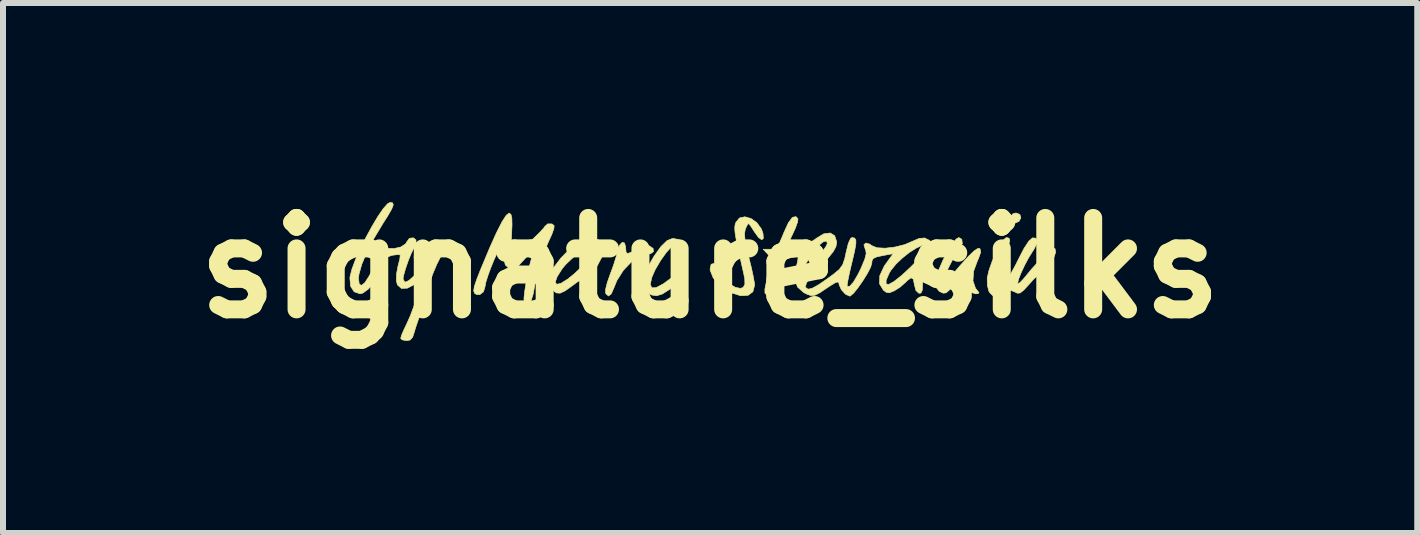
<source format=kicad_pcb>
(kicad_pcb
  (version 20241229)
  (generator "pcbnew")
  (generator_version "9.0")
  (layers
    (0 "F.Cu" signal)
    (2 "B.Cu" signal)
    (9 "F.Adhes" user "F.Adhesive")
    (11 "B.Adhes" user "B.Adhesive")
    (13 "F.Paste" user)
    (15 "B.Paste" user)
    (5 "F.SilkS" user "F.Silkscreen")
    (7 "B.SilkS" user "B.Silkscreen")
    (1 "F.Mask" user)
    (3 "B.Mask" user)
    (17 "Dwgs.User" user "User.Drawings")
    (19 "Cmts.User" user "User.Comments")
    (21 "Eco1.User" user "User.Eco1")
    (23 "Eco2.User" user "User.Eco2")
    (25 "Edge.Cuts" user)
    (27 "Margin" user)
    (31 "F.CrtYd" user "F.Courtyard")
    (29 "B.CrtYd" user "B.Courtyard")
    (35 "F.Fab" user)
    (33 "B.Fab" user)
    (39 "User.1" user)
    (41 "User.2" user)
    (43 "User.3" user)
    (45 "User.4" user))
  (footprint "signature_silks"
    (layer "F.Cu")
    (at 8.788 1.418)
    (property "Reference" "signature_silks" (at 0 0 0) (layer "F.SilkS") (effects (font (size 1.524 1.524) (thickness 0.3))))
    (attr through_hole)
    (fp_poly (pts (xy 5.164 -0.893) (xy 5.181 -0.837) (xy 5.151 -0.779) (xy 5.087 -0.749) (xy 5.02 -0.752) (xy 5.006 -0.803) (xy 5.008 -0.827) (xy 5.046 -0.903) (xy 5.1 -0.918) (xy 5.164 -0.893)) (stroke (width 0.01) (type solid)) (fill yes) (layer "F.SilkS"))
    (fp_poly (pts (xy -1.426 -0.417) (xy -1.407 -0.344) (xy -1.407 -0.332) (xy -1.401 -0.262) (xy -1.374 -0.241) (xy -1.311 -0.265) (xy -1.226 -0.315) (xy -1.106 -0.369) (xy -1.017 -0.371) (xy -0.95 -0.327) (xy -0.944 -0.273) (xy -0.995 -0.237) (xy -1.026 -0.234) (xy -1.166 -0.199) (xy -1.311 -0.103) (xy -1.445 0.037) (xy -1.553 0.207) (xy -1.6 0.322) (xy -1.647 0.43) (xy -1.694 0.467) (xy -1.736 0.43) (xy -1.744 0.412) (xy -1.741 0.349) (xy -1.713 0.239) (xy -1.667 0.109) (xy -1.611 -0.043) (xy -1.565 -0.191) (xy -1.542 -0.283) (xy -1.509 -0.381) (xy -1.465 -0.428) (xy -1.426 -0.417)) (stroke (width 0.01) (type solid)) (fill yes) (layer "F.SilkS"))
    (fp_poly (pts (xy -0.529 -0.476) (xy -0.523 -0.474) (xy -0.455 -0.435) (xy -0.434 -0.385) (xy -0.456 -0.302) (xy -0.48 -0.241) (xy -0.534 -0.161) (xy -0.585 -0.149) (xy -0.616 -0.199) (xy -0.609 -0.296) (xy -0.594 -0.368) (xy -0.611 -0.377) (xy -0.646 -0.351) (xy -0.731 -0.258) (xy -0.827 -0.123) (xy -0.914 0.025) (xy -0.971 0.154) (xy -0.997 0.272) (xy -0.973 0.33) (xy -0.901 0.328) (xy -0.782 0.265) (xy -0.615 0.143) (xy -0.514 0.072) (xy -0.451 0.055) (xy -0.424 0.069) (xy -0.412 0.113) (xy -0.457 0.176) (xy -0.508 0.222) (xy -0.672 0.354) (xy -0.796 0.433) (xy -0.893 0.463) (xy -0.977 0.449) (xy -1.054 0.399) (xy -1.114 0.305) (xy -1.11 0.17) (xy -1.043 -0.009) (xy -0.936 -0.194) (xy -0.818 -0.359) (xy -0.717 -0.457) (xy -0.624 -0.494) (xy -0.529 -0.476)) (stroke (width 0.01) (type solid)) (fill yes) (layer "F.SilkS"))
    (fp_poly (pts (xy 4.196 -0.479) (xy 4.205 -0.41) (xy 4.171 -0.328) (xy 4.149 -0.301) (xy 4.096 -0.228) (xy 4.033 -0.12) (xy 3.97 0.003) (xy 3.917 0.121) (xy 3.883 0.213) (xy 3.879 0.258) (xy 3.879 0.258) (xy 3.913 0.243) (xy 3.976 0.182) (xy 4.006 0.148) (xy 4.178 -0.052) (xy 4.307 -0.195) (xy 4.401 -0.285) (xy 4.463 -0.326) (xy 4.498 -0.324) (xy 4.499 -0.323) (xy 4.512 -0.264) (xy 4.474 -0.157) (xy 4.458 -0.123) (xy 4.393 0.053) (xy 4.382 0.213) (xy 4.425 0.338) (xy 4.441 0.358) (xy 4.483 0.411) (xy 4.466 0.428) (xy 4.425 0.43) (xy 4.316 0.395) (xy 4.242 0.304) (xy 4.22 0.202) (xy 4.216 0.146) (xy 4.2 0.134) (xy 4.159 0.171) (xy 4.08 0.264) (xy 3.993 0.364) (xy 3.936 0.413) (xy 3.889 0.42) (xy 3.832 0.395) (xy 3.82 0.388) (xy 3.765 0.319) (xy 3.752 0.262) (xy 3.77 0.157) (xy 3.817 0.02) (xy 3.882 -0.13) (xy 3.958 -0.276) (xy 4.034 -0.399) (xy 4.102 -0.482) (xy 4.146 -0.508) (xy 4.196 -0.479)) (stroke (width 0.01) (type solid)) (fill yes) (layer "F.SilkS"))
    (fp_poly (pts (xy 0.682 -0.825) (xy 0.78 -0.755) (xy 0.855 -0.651) (xy 0.882 -0.576) (xy 0.888 -0.493) (xy 0.86 -0.471) (xy 0.806 -0.51) (xy 0.737 -0.606) (xy 0.683 -0.691) (xy 0.646 -0.739) (xy 0.64 -0.742) (xy 0.616 -0.711) (xy 0.586 -0.645) (xy 0.574 -0.569) (xy 0.583 -0.456) (xy 0.617 -0.29) (xy 0.646 -0.176) (xy 0.688 -0.006) (xy 0.72 0.144) (xy 0.739 0.252) (xy 0.742 0.286) (xy 0.713 0.396) (xy 0.633 0.455) (xy 0.509 0.462) (xy 0.353 0.413) (xy 0.306 0.39) (xy 0.158 0.287) (xy 0.052 0.165) (xy 0.002 0.04) (xy 0 0.014) (xy 0.017 -0.062) (xy 0.059 -0.075) (xy 0.112 -0.032) (xy 0.165 0.063) (xy 0.176 0.092) (xy 0.232 0.183) (xy 0.32 0.264) (xy 0.419 0.321) (xy 0.508 0.34) (xy 0.553 0.322) (xy 0.58 0.27) (xy 0.578 0.183) (xy 0.559 0.088) (xy 0.501 -0.169) (xy 0.458 -0.362) (xy 0.43 -0.501) (xy 0.415 -0.599) (xy 0.411 -0.666) (xy 0.415 -0.714) (xy 0.427 -0.754) (xy 0.429 -0.759) (xy 0.489 -0.834) (xy 0.58 -0.854) (xy 0.682 -0.825)) (stroke (width 0.01) (type solid)) (fill yes) (layer "F.SilkS"))
    (fp_poly (pts (xy -1.866 -0.471) (xy -1.8 -0.428) (xy -1.737 -0.367) (xy -1.729 -0.319) (xy -1.771 -0.244) (xy -1.773 -0.242) (xy -1.896 -0.009) (xy -1.947 0.198) (xy -1.946 0.281) (xy -1.944 0.381) (xy -1.966 0.424) (xy -1.997 0.43) (xy -2.068 0.395) (xy -2.105 0.297) (xy -2.11 0.229) (xy -2.117 0.192) (xy -2.148 0.192) (xy -2.215 0.234) (xy -2.292 0.291) (xy -2.416 0.38) (xy -2.501 0.42) (xy -2.564 0.415) (xy -2.623 0.368) (xy -2.632 0.358) (xy -2.683 0.271) (xy -2.691 0.236) (xy -2.581 0.236) (xy -2.557 0.272) (xy -2.485 0.255) (xy -2.371 0.183) (xy -2.258 0.091) (xy -2.136 -0.025) (xy -2.024 -0.147) (xy -1.935 -0.258) (xy -1.884 -0.341) (xy -1.876 -0.369) (xy -1.902 -0.395) (xy -1.973 -0.378) (xy -2.073 -0.326) (xy -2.188 -0.249) (xy -2.304 -0.157) (xy -2.408 -0.058) (xy -2.467 0.013) (xy -2.552 0.149) (xy -2.581 0.236) (xy -2.691 0.236) (xy -2.696 0.21) (xy -2.668 0.105) (xy -2.593 -0.028) (xy -2.487 -0.166) (xy -2.366 -0.29) (xy -2.291 -0.348) (xy -2.119 -0.45) (xy -1.98 -0.49) (xy -1.866 -0.471)) (stroke (width 0.01) (type solid)) (fill yes) (layer "F.SilkS"))
    (fp_poly (pts (xy -3.344 -0.914) (xy -3.318 -0.889) (xy -3.305 -0.829) (xy -3.302 -0.72) (xy -3.31 -0.55) (xy -3.312 -0.517) (xy -3.334 -0.14) (xy -3.056 -0.389) (xy -2.933 -0.503) (xy -2.833 -0.601) (xy -2.771 -0.67) (xy -2.758 -0.69) (xy -2.707 -0.736) (xy -2.636 -0.735) (xy -2.6 -0.706) (xy -2.605 -0.655) (xy -2.64 -0.557) (xy -2.696 -0.436) (xy -2.811 -0.156) (xy -2.903 0.185) (xy -2.951 0.44) (xy -2.983 0.539) (xy -3.032 0.588) (xy -3.084 0.577) (xy -3.1 0.557) (xy -3.103 0.505) (xy -3.092 0.398) (xy -3.07 0.258) (xy -3.043 0.107) (xy -3.012 -0.033) (xy -2.983 -0.142) (xy -2.974 -0.166) (xy -2.951 -0.248) (xy -2.968 -0.266) (xy -3.028 -0.219) (xy -3.127 -0.112) (xy -3.211 -0.019) (xy -3.268 0.021) (xy -3.318 0.02) (xy -3.353 0.004) (xy -3.413 -0.05) (xy -3.437 -0.143) (xy -3.439 -0.194) (xy -3.447 -0.297) (xy -3.466 -0.361) (xy -3.472 -0.368) (xy -3.499 -0.343) (xy -3.543 -0.264) (xy -3.597 -0.148) (xy -3.652 -0.014) (xy -3.701 0.119) (xy -3.737 0.232) (xy -3.751 0.306) (xy -3.751 0.307) (xy -3.777 0.395) (xy -3.839 0.444) (xy -3.893 0.442) (xy -3.928 0.42) (xy -3.941 0.379) (xy -3.93 0.307) (xy -3.891 0.191) (xy -3.823 0.018) (xy -3.813 -0.005) (xy -3.676 -0.333) (xy -3.562 -0.587) (xy -3.47 -0.768) (xy -3.4 -0.877) (xy -3.352 -0.915) (xy -3.344 -0.914)) (stroke (width 0.01) (type solid)) (fill yes) (layer "F.SilkS"))
    (fp_poly (pts (xy 4.984 -0.497) (xy 4.996 -0.455) (xy 4.973 -0.374) (xy 4.914 -0.242) (xy 4.864 -0.142) (xy 4.783 0.036) (xy 4.738 0.178) (xy 4.731 0.273) (xy 4.763 0.312) (xy 4.77 0.313) (xy 4.844 0.294) (xy 4.919 0.233) (xy 5 0.119) (xy 5.096 -0.057) (xy 5.135 -0.136) (xy 5.234 -0.327) (xy 5.313 -0.448) (xy 5.376 -0.503) (xy 5.427 -0.497) (xy 5.453 -0.467) (xy 5.448 -0.412) (xy 5.406 -0.323) (xy 5.379 -0.281) (xy 5.31 -0.171) (xy 5.242 -0.043) (xy 5.183 0.084) (xy 5.142 0.188) (xy 5.128 0.251) (xy 5.131 0.259) (xy 5.164 0.245) (xy 5.221 0.186) (xy 5.226 0.18) (xy 5.362 0.015) (xy 5.492 -0.127) (xy 5.605 -0.238) (xy 5.693 -0.307) (xy 5.745 -0.326) (xy 5.75 -0.323) (xy 5.761 -0.262) (xy 5.721 -0.15) (xy 5.707 -0.121) (xy 5.655 0.009) (xy 5.626 0.142) (xy 5.62 0.256) (xy 5.641 0.329) (xy 5.66 0.343) (xy 5.704 0.379) (xy 5.685 0.417) (xy 5.628 0.43) (xy 5.546 0.395) (xy 5.489 0.302) (xy 5.47 0.188) (xy 5.464 0.144) (xy 5.44 0.144) (xy 5.387 0.193) (xy 5.316 0.274) (xy 5.227 0.37) (xy 5.169 0.416) (xy 5.122 0.42) (xy 5.082 0.4) (xy 5.009 0.371) (xy 4.93 0.389) (xy 4.886 0.41) (xy 4.777 0.458) (xy 4.71 0.459) (xy 4.662 0.411) (xy 4.647 0.385) (xy 4.622 0.289) (xy 4.62 0.17) (xy 4.621 0.16) (xy 4.649 0.04) (xy 4.699 -0.103) (xy 4.762 -0.247) (xy 4.829 -0.376) (xy 4.89 -0.469) (xy 4.938 -0.508) (xy 4.941 -0.508) (xy 4.984 -0.497)) (stroke (width 0.01) (type solid)) (fill yes) (layer "F.SilkS"))
    (fp_poly (pts (xy -5.292 -1.085) (xy -5.282 -1.052) (xy -5.307 -0.985) (xy -5.372 -0.872) (xy -5.455 -0.741) (xy -5.601 -0.498) (xy -5.721 -0.267) (xy -5.807 -0.062) (xy -5.854 0.105) (xy -5.862 0.174) (xy -5.849 0.268) (xy -5.812 0.29) (xy -5.755 0.244) (xy -5.681 0.129) (xy -5.645 0.059) (xy -5.584 -0.086) (xy -5.562 -0.199) (xy -5.57 -0.289) (xy -5.581 -0.392) (xy -5.557 -0.426) (xy -5.496 -0.393) (xy -5.467 -0.367) (xy -5.379 -0.328) (xy -5.264 -0.325) (xy -5.152 -0.352) (xy -5.074 -0.405) (xy -5.059 -0.433) (xy -5.012 -0.496) (xy -4.945 -0.503) (xy -4.903 -0.467) (xy -4.903 -0.407) (xy -4.934 -0.34) (xy -4.979 -0.251) (xy -5.031 -0.124) (xy -5.078 0.012) (xy -5.11 0.127) (xy -5.119 0.183) (xy -5.092 0.23) (xy -5.074 0.234) (xy -5.019 0.206) (xy -4.935 0.131) (xy -4.837 0.027) (xy -4.741 -0.087) (xy -4.664 -0.195) (xy -4.627 -0.261) (xy -4.572 -0.368) (xy -4.521 -0.409) (xy -4.462 -0.395) (xy -4.454 -0.39) (xy -4.425 -0.358) (xy -4.434 -0.303) (xy -4.482 -0.207) (xy -4.556 -0.062) (xy -4.624 0.1) (xy -4.679 0.255) (xy -4.713 0.383) (xy -4.72 0.453) (xy -4.731 0.531) (xy -4.77 0.643) (xy -4.797 0.703) (xy -4.86 0.849) (xy -4.912 1.002) (xy -4.924 1.045) (xy -4.958 1.152) (xy -5 1.2) (xy -5.062 1.211) (xy -5.135 1.197) (xy -5.158 1.171) (xy -5.142 1.116) (xy -5.099 1.017) (xy -5.064 0.945) (xy -4.998 0.797) (xy -4.933 0.624) (xy -4.902 0.526) (xy -4.863 0.393) (xy -4.83 0.286) (xy -4.814 0.236) (xy -4.823 0.216) (xy -4.887 0.248) (xy -4.917 0.268) (xy -5.046 0.336) (xy -5.147 0.34) (xy -5.212 0.282) (xy -5.23 0.216) (xy -5.227 0.099) (xy -5.203 -0.034) (xy -5.198 -0.052) (xy -5.173 -0.15) (xy -5.166 -0.212) (xy -5.169 -0.219) (xy -5.214 -0.223) (xy -5.301 -0.212) (xy -5.301 -0.212) (xy -5.377 -0.185) (xy -5.425 -0.128) (xy -5.463 -0.017) (xy -5.465 -0.011) (xy -5.518 0.116) (xy -5.6 0.244) (xy -5.696 0.35) (xy -5.788 0.417) (xy -5.835 0.43) (xy -5.934 0.396) (xy -5.993 0.305) (xy -6.005 0.168) (xy -6.002 0.14) (xy -5.97 0.016) (xy -5.911 -0.142) (xy -5.83 -0.323) (xy -5.736 -0.512) (xy -5.637 -0.694) (xy -5.539 -0.858) (xy -5.45 -0.988) (xy -5.377 -1.071) (xy -5.335 -1.094) (xy -5.292 -1.085)) (stroke (width 0.01) (type solid)) (fill yes) (layer "F.SilkS"))
    (fp_poly (pts (xy 1.464 -0.822) (xy 1.46 -0.771) (xy 1.425 -0.672) (xy 1.368 -0.547) (xy 1.366 -0.545) (xy 1.309 -0.422) (xy 1.273 -0.329) (xy 1.266 -0.284) (xy 1.267 -0.283) (xy 1.316 -0.282) (xy 1.412 -0.31) (xy 1.531 -0.358) (xy 1.651 -0.417) (xy 1.75 -0.478) (xy 1.771 -0.495) (xy 1.895 -0.57) (xy 2.002 -0.584) (xy 2.077 -0.539) (xy 2.11 -0.438) (xy 2.11 -0.423) (xy 2.097 -0.353) (xy 2.052 -0.272) (xy 1.966 -0.165) (xy 1.836 -0.027) (xy 1.69 0.132) (xy 1.607 0.247) (xy 1.587 0.319) (xy 1.628 0.35) (xy 1.65 0.351) (xy 1.71 0.334) (xy 1.807 0.28) (xy 1.95 0.182) (xy 2.065 0.098) (xy 2.155 0.022) (xy 2.21 -0.054) (xy 2.246 -0.16) (xy 2.268 -0.264) (xy 2.304 -0.41) (xy 2.342 -0.493) (xy 2.366 -0.508) (xy 2.408 -0.5) (xy 2.43 -0.469) (xy 2.43 -0.402) (xy 2.41 -0.286) (xy 2.369 -0.11) (xy 2.361 -0.08) (xy 2.324 0.079) (xy 2.297 0.208) (xy 2.285 0.288) (xy 2.287 0.307) (xy 2.33 0.303) (xy 2.392 0.232) (xy 2.467 0.104) (xy 2.521 -0.007) (xy 2.579 -0.148) (xy 2.602 -0.24) (xy 2.594 -0.301) (xy 2.585 -0.318) (xy 2.564 -0.387) (xy 2.597 -0.417) (xy 2.662 -0.398) (xy 2.693 -0.374) (xy 2.781 -0.338) (xy 2.918 -0.33) (xy 3.08 -0.349) (xy 3.244 -0.39) (xy 3.352 -0.436) (xy 3.482 -0.492) (xy 3.575 -0.501) (xy 3.655 -0.462) (xy 3.698 -0.425) (xy 3.786 -0.342) (xy 3.664 -0.127) (xy 3.576 0.066) (xy 3.543 0.237) (xy 3.543 0.261) (xy 3.537 0.37) (xy 3.515 0.417) (xy 3.481 0.421) (xy 3.431 0.375) (xy 3.407 0.283) (xy 3.388 0.186) (xy 3.35 0.163) (xy 3.285 0.211) (xy 3.259 0.238) (xy 3.168 0.318) (xy 3.074 0.378) (xy 2.99 0.413) (xy 2.934 0.404) (xy 2.888 0.368) (xy 2.826 0.266) (xy 2.934 0.266) (xy 2.979 0.273) (xy 3.067 0.224) (xy 3.196 0.122) (xy 3.342 -0.014) (xy 3.463 -0.137) (xy 3.559 -0.243) (xy 3.62 -0.318) (xy 3.634 -0.346) (xy 3.608 -0.386) (xy 3.54 -0.379) (xy 3.442 -0.335) (xy 3.327 -0.263) (xy 3.209 -0.17) (xy 3.1 -0.067) (xy 3.014 0.039) (xy 2.986 0.086) (xy 2.935 0.204) (xy 2.934 0.266) (xy 2.826 0.266) (xy 2.824 0.262) (xy 2.829 0.127) (xy 2.904 -0.033) (xy 2.933 -0.074) (xy 3.052 -0.239) (xy 2.903 -0.212) (xy 2.783 -0.187) (xy 2.721 -0.16) (xy 2.699 -0.12) (xy 2.696 -0.08) (xy 2.675 -0.011) (xy 2.621 0.093) (xy 2.547 0.212) (xy 2.467 0.327) (xy 2.393 0.419) (xy 2.338 0.466) (xy 2.328 0.469) (xy 2.257 0.437) (xy 2.189 0.363) (xy 2.151 0.278) (xy 2.149 0.26) (xy 2.137 0.232) (xy 2.092 0.242) (xy 2.003 0.296) (xy 1.949 0.332) (xy 1.828 0.413) (xy 1.747 0.454) (xy 1.683 0.46) (xy 1.614 0.436) (xy 1.562 0.41) (xy 1.456 0.316) (xy 1.413 0.177) (xy 1.431 0.017) (xy 1.564 0.017) (xy 1.586 0.018) (xy 1.643 -0.027) (xy 1.72 -0.103) (xy 1.804 -0.195) (xy 1.88 -0.287) (xy 1.935 -0.364) (xy 1.954 -0.409) (xy 1.942 -0.45) (xy 1.892 -0.438) (xy 1.873 -0.428) (xy 1.811 -0.374) (xy 1.732 -0.279) (xy 1.654 -0.167) (xy 1.592 -0.062) (xy 1.564 0.011) (xy 1.564 0.017) (xy 1.431 0.017) (xy 1.434 -0.007) (xy 1.437 -0.017) (xy 1.46 -0.117) (xy 1.468 -0.18) (xy 1.467 -0.188) (xy 1.425 -0.187) (xy 1.338 -0.17) (xy 1.324 -0.166) (xy 1.256 -0.143) (xy 1.209 -0.106) (xy 1.172 -0.036) (xy 1.132 0.084) (xy 1.111 0.156) (xy 1.053 0.332) (xy 1.001 0.436) (xy 0.954 0.465) (xy 0.916 0.418) (xy 0.914 0.414) (xy 0.914 0.348) (xy 0.937 0.234) (xy 0.973 0.111) (xy 1.055 -0.132) (xy 0.97 -0.222) (xy 0.885 -0.313) (xy 1.003 -0.313) (xy 1.066 -0.318) (xy 1.111 -0.345) (xy 1.153 -0.409) (xy 1.204 -0.525) (xy 1.228 -0.586) (xy 1.305 -0.754) (xy 1.372 -0.844) (xy 1.431 -0.857) (xy 1.464 -0.822)) (stroke (width 0.01) (type solid)) (fill yes) (layer "F.SilkS")))
  (gr_rect
    (start -3 -3)
    (end 20.577 5.836)
    (stroke (width 0.1) (type default))
    (fill no)
    (layer "Edge.Cuts")))
</source>
